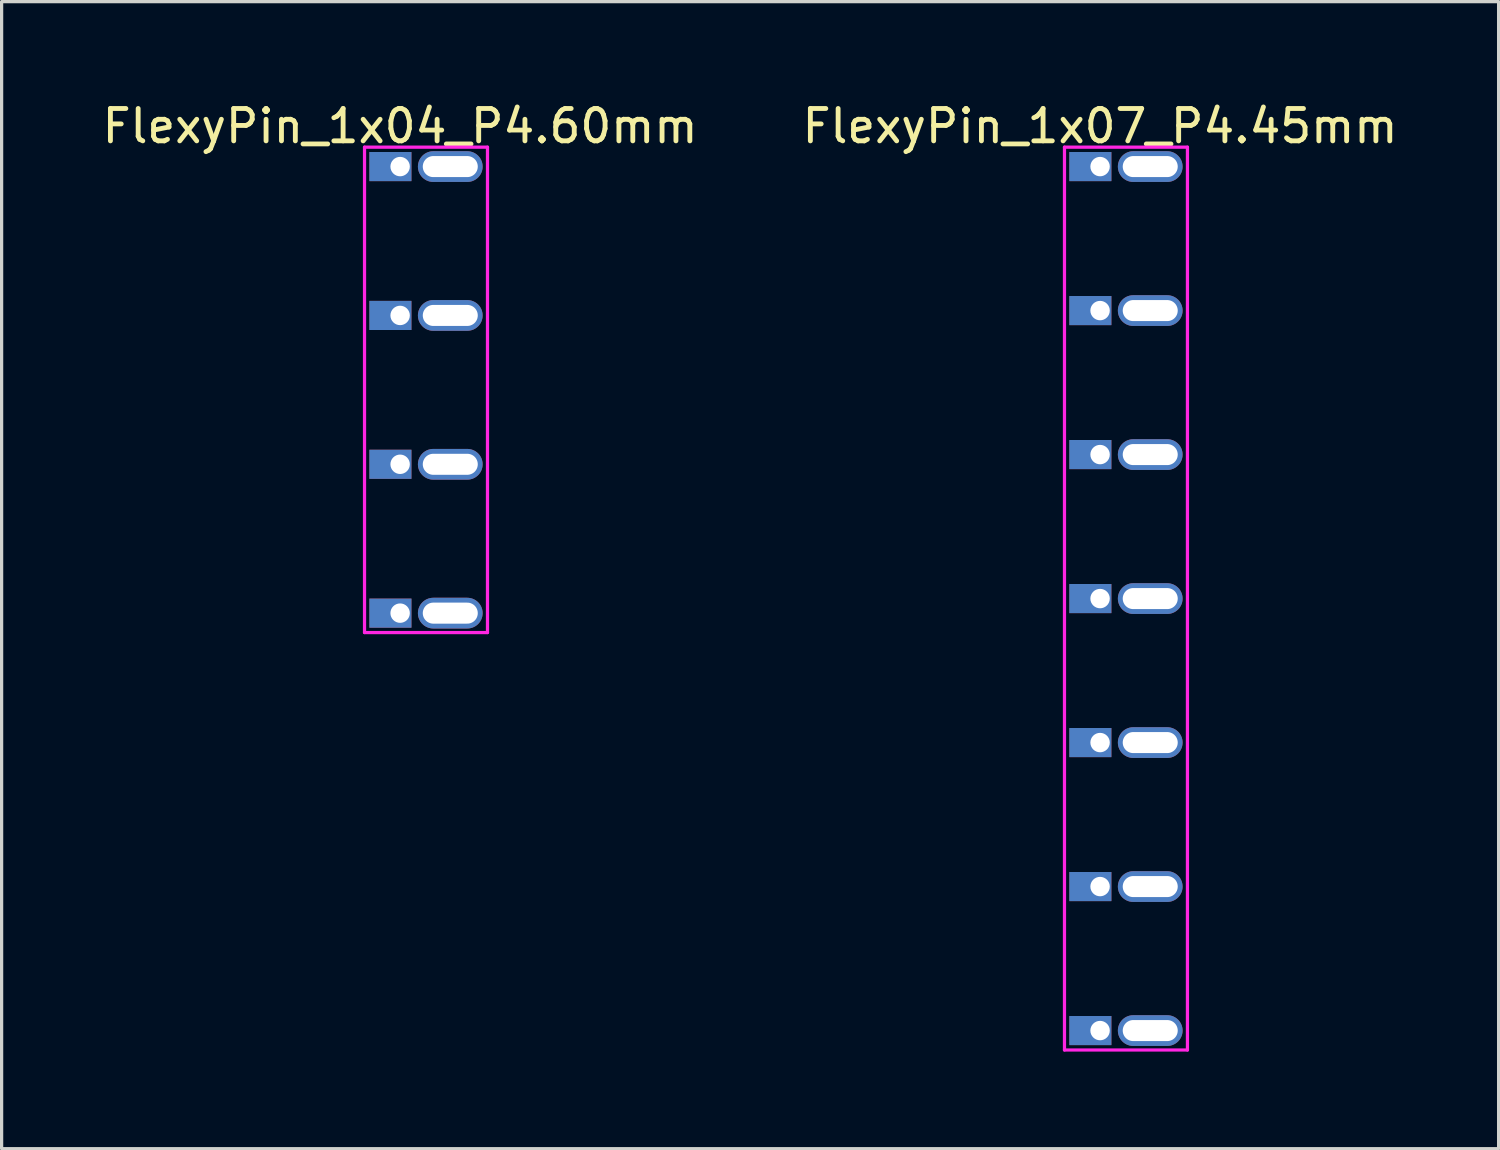
<source format=kicad_pcb>
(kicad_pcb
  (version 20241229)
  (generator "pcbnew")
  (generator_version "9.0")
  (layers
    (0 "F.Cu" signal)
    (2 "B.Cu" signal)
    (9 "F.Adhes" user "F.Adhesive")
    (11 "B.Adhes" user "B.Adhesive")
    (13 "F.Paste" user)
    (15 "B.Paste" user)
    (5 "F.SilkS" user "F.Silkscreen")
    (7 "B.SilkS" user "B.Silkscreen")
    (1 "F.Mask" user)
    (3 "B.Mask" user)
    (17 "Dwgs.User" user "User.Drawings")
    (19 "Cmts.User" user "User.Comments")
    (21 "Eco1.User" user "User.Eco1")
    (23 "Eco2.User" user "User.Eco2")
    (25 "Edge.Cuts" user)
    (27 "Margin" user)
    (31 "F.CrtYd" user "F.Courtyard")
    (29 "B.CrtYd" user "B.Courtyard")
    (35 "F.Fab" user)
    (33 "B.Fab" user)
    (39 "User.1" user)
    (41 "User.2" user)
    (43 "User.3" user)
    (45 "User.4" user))
  (footprint "FlexyPin_1x07_P4.45mm"
    (layer "F.Cu")
    (at 30.946 2.098)
    (property "Reference" "FlexyPin_1x07_P4.45mm" (at 0 -1.25 0) (layer "F.SilkS") (effects (font (size 1 1) (thickness 0.15))))
    (attr through_hole)
    (fp_line (start -1.1 -0.6) (end 2.7 -0.6) (stroke (width 0.1) (type solid)) (layer "F.CrtYd"))
    (fp_line (start -1.1 27.3) (end -1.1 -0.6) (stroke (width 0.1) (type solid)) (layer "F.CrtYd"))
    (fp_line (start 2.7 -0.6) (end 2.7 27.3) (stroke (width 0.1) (type solid)) (layer "F.CrtYd"))
    (fp_line (start 2.7 27.3) (end -1.1 27.3) (stroke (width 0.1) (type solid)) (layer "F.CrtYd"))
    (pad "" thru_hole oval (at 1.55 0) (size 2 0.95) (drill oval 1.7 0.65) (layers "*.Cu" "*.Mask"))
    (pad "" thru_hole oval (at 1.55 4.45) (size 2 0.95) (drill oval 1.7 0.65) (layers "*.Cu" "*.Mask"))
    (pad "" thru_hole oval (at 1.55 8.9) (size 2 0.95) (drill oval 1.7 0.65) (layers "*.Cu" "*.Mask"))
    (pad "" thru_hole oval (at 1.55 13.35) (size 2 0.95) (drill oval 1.7 0.65) (layers "*.Cu" "*.Mask"))
    (pad "" thru_hole oval (at 1.55 17.8) (size 2 0.95) (drill oval 1.7 0.65) (layers "*.Cu" "*.Mask"))
    (pad "" thru_hole oval (at 1.55 22.25) (size 2 0.95) (drill oval 1.7 0.65) (layers "*.Cu" "*.Mask"))
    (pad "" thru_hole oval (at 1.55 26.7) (size 2 0.95) (drill oval 1.7 0.65) (layers "*.Cu" "*.Mask"))
    (pad "1" thru_hole rect (at 0 0) (size 1.3 0.9) (drill 0.6 (offset -0.3 0)) (layers "*.Cu" "*.Mask"))
    (pad "2" thru_hole rect (at 0 4.45) (size 1.3 0.9) (drill 0.6 (offset -0.3 0)) (layers "*.Cu" "*.Mask"))
    (pad "3" thru_hole rect (at 0 8.9) (size 1.3 0.9) (drill 0.6 (offset -0.3 0)) (layers "*.Cu" "*.Mask"))
    (pad "4" thru_hole rect (at 0 13.35) (size 1.3 0.9) (drill 0.6 (offset -0.3 0)) (layers "*.Cu" "*.Mask"))
    (pad "5" thru_hole rect (at 0 17.8) (size 1.3 0.9) (drill 0.6 (offset -0.3 0)) (layers "*.Cu" "*.Mask"))
    (pad "6" thru_hole rect (at 0 22.25) (size 1.3 0.9) (drill 0.6 (offset -0.3 0)) (layers "*.Cu" "*.Mask"))
    (pad "7" thru_hole rect (at 0 26.7) (size 1.3 0.9) (drill 0.6 (offset -0.3 0)) (layers "*.Cu" "*.Mask")))
  (footprint "FlexyPin_1x04_P4.60mm"
    (layer "F.Cu")
    (at 9.315 2.098)
    (property "Reference" "FlexyPin_1x04_P4.60mm" (at 0 -1.25 0) (layer "F.SilkS") (effects (font (size 1 1) (thickness 0.15))))
    (attr through_hole)
    (fp_line (start -1.1 -0.6) (end 2.7 -0.6) (stroke (width 0.1) (type solid)) (layer "F.CrtYd"))
    (fp_line (start -1.1 14.4) (end -1.1 -0.6) (stroke (width 0.1) (type solid)) (layer "F.CrtYd"))
    (fp_line (start 2.7 -0.6) (end 2.7 14.4) (stroke (width 0.1) (type solid)) (layer "F.CrtYd"))
    (fp_line (start 2.7 14.4) (end -1.1 14.4) (stroke (width 0.1) (type solid)) (layer "F.CrtYd"))
    (pad "" thru_hole oval (at 1.55 0) (size 2 0.95) (drill oval 1.7 0.65) (layers "*.Cu" "*.Mask"))
    (pad "" thru_hole oval (at 1.55 4.6) (size 2 0.95) (drill oval 1.7 0.65) (layers "*.Cu" "*.Mask"))
    (pad "" thru_hole oval (at 1.55 9.2) (size 2 0.95) (drill oval 1.7 0.65) (layers "*.Cu" "*.Mask"))
    (pad "" thru_hole oval (at 1.55 13.8) (size 2 0.95) (drill oval 1.7 0.65) (layers "*.Cu" "*.Mask"))
    (pad "1" thru_hole rect (at 0 0) (size 1.3 0.9) (drill 0.6 (offset -0.3 0)) (layers "*.Cu" "*.Mask"))
    (pad "2" thru_hole rect (at 0 4.6) (size 1.3 0.9) (drill 0.6 (offset -0.3 0)) (layers "*.Cu" "*.Mask"))
    (pad "3" thru_hole rect (at 0 9.2) (size 1.3 0.9) (drill 0.6 (offset -0.3 0)) (layers "*.Cu" "*.Mask"))
    (pad "4" thru_hole rect (at 0 13.8) (size 1.3 0.9) (drill 0.6 (offset -0.3 0)) (layers "*.Cu" "*.Mask")))
  (gr_rect
    (start -3 -3)
    (end 43.262 32.448)
    (stroke (width 0.1) (type default))
    (fill no)
    (layer "Edge.Cuts")))
</source>
